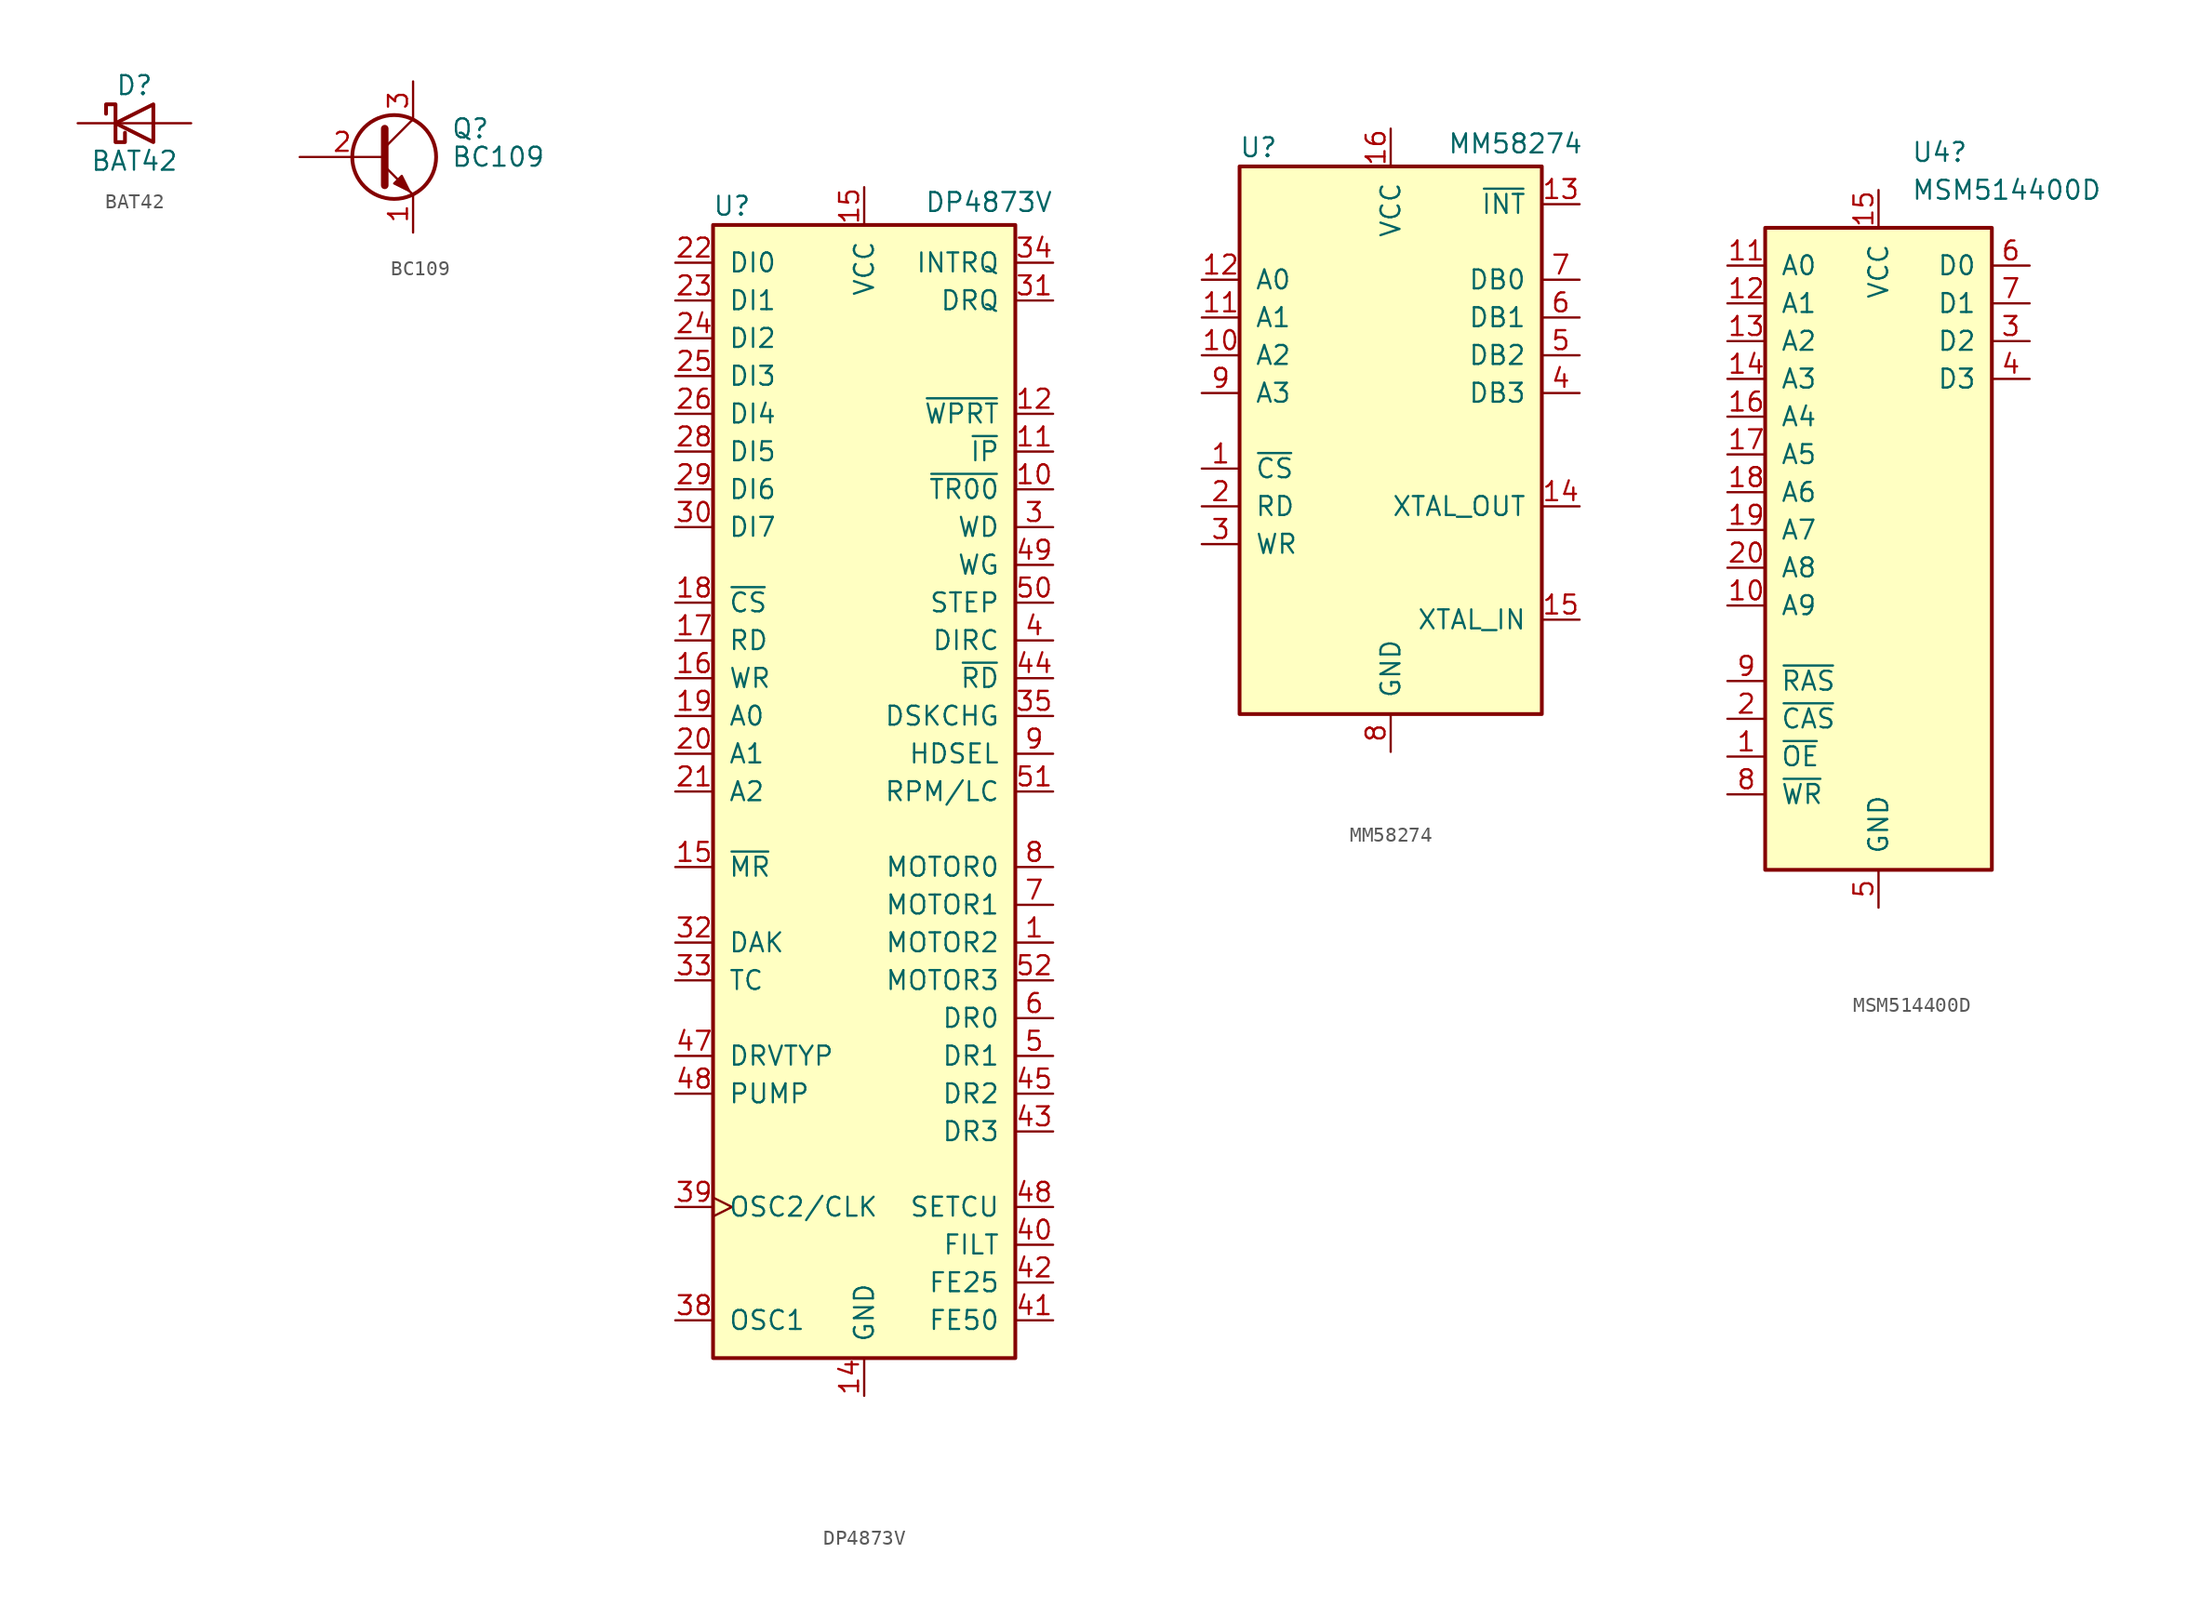
<source format=kicad_sym>
(kicad_symbol_lib
  (version 20220914)
  (generator kicad_symbol_editor)
  (symbol "BAT42"
    (pin_numbers hide)
    (pin_names
      (offset 1.016) hide)
    (property "Reference" "D"
      (at 0 2.54 0)
      (effects (font (size 1.27 1.27))))
    (property "Value" "BAT42"
      (at 0 -2.54 0)
      (effects (font (size 1.27 1.27))))
    (symbol "BAT42_0_1"
      (polyline (pts (xy 1.27 0) (xy -1.27 0)) (stroke (width 0) (type default)) (fill (type none)))
      (polyline (pts (xy 1.27 1.27) (xy 1.27 -1.27) (xy -1.27 0) (xy 1.27 1.27)) (stroke (width 0.254) (type default)) (fill (type none)))
      (polyline (pts (xy -1.905 0.635) (xy -1.905 1.27) (xy -1.27 1.27) (xy -1.27 -1.27) (xy -0.635 -1.27) (xy -0.635 -0.635)) (stroke (width 0.254) (type default)) (fill (type none))))
    (symbol "BAT42_1_1"
      (pin passive line (at -3.81 0 0) (length 2.54) (name "K" (effects (font (size 1.27 1.27)))) (number "1" (effects (font (size 1.27 1.27)))))
      (pin passive line (at 3.81 0 180) (length 2.54) (name "A" (effects (font (size 1.27 1.27)))) (number "2" (effects (font (size 1.27 1.27)))))))
  (symbol "BC109"
    (pin_names
      (offset 0) hide)
    (property "Reference" "Q"
      (at 5.08 1.905 0)
      (effects (font (size 1.27 1.27)) (justify left)))
    (property "Value" "BC109"
      (at 5.08 0 0)
      (effects (font (size 1.27 1.27)) (justify left)))
    (symbol "BC109_0_1"
      (polyline (pts (xy 0.635 0.635) (xy 2.54 2.54)) (stroke (width 0) (type default)) (fill (type none)))
      (polyline (pts (xy 0.635 -0.635) (xy 2.54 -2.54) (xy 2.54 -2.54)) (stroke (width 0) (type default)) (fill (type none)))
      (polyline (pts (xy 0.635 1.905) (xy 0.635 -1.905) (xy 0.635 -1.905)) (stroke (width 0.508) (type default)) (fill (type none)))
      (polyline (pts (xy 1.27 -1.778) (xy 1.778 -1.27) (xy 2.286 -2.286) (xy 1.27 -1.778) (xy 1.27 -1.778)) (stroke (width 0) (type default)) (fill (type outline)))
      (circle (center 1.27 0) (radius 2.819) (stroke (width 0.254) (type default)) (fill (type none))))
    (symbol "BC109_1_1"
      (pin passive line (at 2.54 -5.08 90) (length 2.54) (name "E" (effects (font (size 1.27 1.27)))) (number "1" (effects (font (size 1.27 1.27)))))
      (pin input line (at -5.08 0 0) (length 5.715) (name "B" (effects (font (size 1.27 1.27)))) (number "2" (effects (font (size 1.27 1.27)))))
      (pin passive line (at 2.54 5.08 270) (length 2.54) (name "C" (effects (font (size 1.27 1.27)))) (number "3" (effects (font (size 1.27 1.27)))))))
  (symbol "DP4873V"
    (pin_names
      (offset 1.016))
    (property "Reference" "U"
      (at -8.89 24.13 0)
      (effects (font (size 1.27 1.27))))
    (property "Value" "DP4873V"
      (at 8.382 24.384 0)
      (effects (font (size 1.27 1.27))))
    (symbol "DP4873V_0_1"
      (rectangle (start -10.16 22.86) (end 10.16 -53.34) (stroke (width 0.254) (type default)) (fill (type background))))
    (symbol "DP4873V_1_1"
      (pin output line (at 12.7 -25.4 180) (length 2.54) (name "MOTOR2" (effects (font (size 1.27 1.27)))) (number "1" (effects (font (size 1.27 1.27)))))
      (pin input line (at 12.7 5.08 180) (length 2.54) (name "~{TR00}" (effects (font (size 1.27 1.27)))) (number "10" (effects (font (size 1.27 1.27)))))
      (pin input line (at 12.7 7.62 180) (length 2.54) (name "~{IP}" (effects (font (size 1.27 1.27)))) (number "11" (effects (font (size 1.27 1.27)))))
      (pin input line (at 12.7 10.16 180) (length 2.54) (name "~{WPRT}" (effects (font (size 1.27 1.27)))) (number "12" (effects (font (size 1.27 1.27)))))
      (pin power_in line (at 0 -55.88 90) (length 2.54) (name "GND" (effects (font (size 1.27 1.27)))) (number "14" (effects (font (size 1.27 1.27)))))
      (pin power_in line (at 0 25.4 270) (length 2.54) (name "VCC" (effects (font (size 1.27 1.27)))) (number "15" (effects (font (size 1.27 1.27)))))
      (pin input line (at -12.7 -20.32 0) (length 2.54) (name "~{MR}" (effects (font (size 1.27 1.27)))) (number "15" (effects (font (size 1.27 1.27)))))
      (pin input line (at -12.7 -7.62 0) (length 2.54) (name "WR" (effects (font (size 1.27 1.27)))) (number "16" (effects (font (size 1.27 1.27)))))
      (pin input line (at -12.7 -5.08 0) (length 2.54) (name "RD" (effects (font (size 1.27 1.27)))) (number "17" (effects (font (size 1.27 1.27)))))
      (pin input line (at -12.7 -2.54 0) (length 2.54) (name "~{CS}" (effects (font (size 1.27 1.27)))) (number "18" (effects (font (size 1.27 1.27)))))
      (pin input line (at -12.7 -10.16 0) (length 2.54) (name "A0" (effects (font (size 1.27 1.27)))) (number "19" (effects (font (size 1.27 1.27)))))
      (pin input line (at -12.7 -12.7 0) (length 2.54) (name "A1" (effects (font (size 1.27 1.27)))) (number "20" (effects (font (size 1.27 1.27)))))
      (pin input line (at -12.7 -15.24 0) (length 2.54) (name "A2" (effects (font (size 1.27 1.27)))) (number "21" (effects (font (size 1.27 1.27)))))
      (pin tri_state line (at -12.7 20.32 0) (length 2.54) (name "DI0" (effects (font (size 1.27 1.27)))) (number "22" (effects (font (size 1.27 1.27)))))
      (pin tri_state line (at -12.7 17.78 0) (length 2.54) (name "DI1" (effects (font (size 1.27 1.27)))) (number "23" (effects (font (size 1.27 1.27)))))
      (pin tri_state line (at -12.7 15.24 0) (length 2.54) (name "DI2" (effects (font (size 1.27 1.27)))) (number "24" (effects (font (size 1.27 1.27)))))
      (pin tri_state line (at -12.7 12.7 0) (length 2.54) (name "DI3" (effects (font (size 1.27 1.27)))) (number "25" (effects (font (size 1.27 1.27)))))
      (pin tri_state line (at -12.7 10.16 0) (length 2.54) (name "DI4" (effects (font (size 1.27 1.27)))) (number "26" (effects (font (size 1.27 1.27)))))
      (pin tri_state line (at -12.7 7.62 0) (length 2.54) (name "DI5" (effects (font (size 1.27 1.27)))) (number "28" (effects (font (size 1.27 1.27)))))
      (pin tri_state line (at -12.7 5.08 0) (length 2.54) (name "DI6" (effects (font (size 1.27 1.27)))) (number "29" (effects (font (size 1.27 1.27)))))
      (pin output line (at 12.7 2.54 180) (length 2.54) (name "WD" (effects (font (size 1.27 1.27)))) (number "3" (effects (font (size 1.27 1.27)))))
      (pin tri_state line (at -12.7 2.54 0) (length 2.54) (name "DI7" (effects (font (size 1.27 1.27)))) (number "30" (effects (font (size 1.27 1.27)))))
      (pin output line (at 12.7 17.78 180) (length 2.54) (name "DRQ" (effects (font (size 1.27 1.27)))) (number "31" (effects (font (size 1.27 1.27)))))
      (pin input line (at -12.7 -25.4 0) (length 2.54) (name "DAK" (effects (font (size 1.27 1.27)))) (number "32" (effects (font (size 1.27 1.27)))))
      (pin input line (at -12.7 -27.94 0) (length 2.54) (name "TC" (effects (font (size 1.27 1.27)))) (number "33" (effects (font (size 1.27 1.27)))))
      (pin input line (at 12.7 20.32 180) (length 2.54) (name "INTRQ" (effects (font (size 1.27 1.27)))) (number "34" (effects (font (size 1.27 1.27)))))
      (pin output line (at 12.7 -10.16 180) (length 2.54) (name "DSKCHG" (effects (font (size 1.27 1.27)))) (number "35" (effects (font (size 1.27 1.27)))))
      (pin input line (at -12.7 -50.8 0) (length 2.54) (name "OSC1" (effects (font (size 1.27 1.27)))) (number "38" (effects (font (size 1.27 1.27)))))
      (pin input clock (at -12.7 -43.18 0) (length 2.54) (name "OSC2/CLK" (effects (font (size 1.27 1.27)))) (number "39" (effects (font (size 1.27 1.27)))))
      (pin output line (at 12.7 -5.08 180) (length 2.54) (name "DIRC" (effects (font (size 1.27 1.27)))) (number "4" (effects (font (size 1.27 1.27)))))
      (pin input line (at 12.7 -45.72 180) (length 2.54) (name "FILT" (effects (font (size 1.27 1.27)))) (number "40" (effects (font (size 1.27 1.27)))))
      (pin input line (at 12.7 -50.8 180) (length 2.54) (name "FE50" (effects (font (size 1.27 1.27)))) (number "41" (effects (font (size 1.27 1.27)))))
      (pin input line (at 12.7 -48.26 180) (length 2.54) (name "FE25" (effects (font (size 1.27 1.27)))) (number "42" (effects (font (size 1.27 1.27)))))
      (pin output line (at 12.7 -38.1 180) (length 2.54) (name "DR3" (effects (font (size 1.27 1.27)))) (number "43" (effects (font (size 1.27 1.27)))))
      (pin input line (at 12.7 -7.62 180) (length 2.54) (name "~{RD}" (effects (font (size 1.27 1.27)))) (number "44" (effects (font (size 1.27 1.27)))))
      (pin output line (at 12.7 -35.56 180) (length 2.54) (name "DR2" (effects (font (size 1.27 1.27)))) (number "45" (effects (font (size 1.27 1.27)))))
      (pin input line (at -12.7 -33.02 0) (length 2.54) (name "DRVTYP" (effects (font (size 1.27 1.27)))) (number "47" (effects (font (size 1.27 1.27)))))
      (pin input line (at -12.7 -35.56 0) (length 2.54) (name "PUMP" (effects (font (size 1.27 1.27)))) (number "48" (effects (font (size 1.27 1.27)))))
      (pin input line (at 12.7 -43.18 180) (length 2.54) (name "SETCU" (effects (font (size 1.27 1.27)))) (number "48" (effects (font (size 1.27 1.27)))))
      (pin output line (at 12.7 0 180) (length 2.54) (name "WG" (effects (font (size 1.27 1.27)))) (number "49" (effects (font (size 1.27 1.27)))))
      (pin output line (at 12.7 -33.02 180) (length 2.54) (name "DR1" (effects (font (size 1.27 1.27)))) (number "5" (effects (font (size 1.27 1.27)))))
      (pin output line (at 12.7 -2.54 180) (length 2.54) (name "STEP" (effects (font (size 1.27 1.27)))) (number "50" (effects (font (size 1.27 1.27)))))
      (pin input line (at 12.7 -15.24 180) (length 2.54) (name "RPM/LC" (effects (font (size 1.27 1.27)))) (number "51" (effects (font (size 1.27 1.27)))))
      (pin output line (at 12.7 -27.94 180) (length 2.54) (name "MOTOR3" (effects (font (size 1.27 1.27)))) (number "52" (effects (font (size 1.27 1.27)))))
      (pin output line (at 12.7 -30.48 180) (length 2.54) (name "DR0" (effects (font (size 1.27 1.27)))) (number "6" (effects (font (size 1.27 1.27)))))
      (pin output line (at 12.7 -22.86 180) (length 2.54) (name "MOTOR1" (effects (font (size 1.27 1.27)))) (number "7" (effects (font (size 1.27 1.27)))))
      (pin output line (at 12.7 -20.32 180) (length 2.54) (name "MOTOR0" (effects (font (size 1.27 1.27)))) (number "8" (effects (font (size 1.27 1.27)))))
      (pin input line (at 12.7 -12.7 180) (length 2.54) (name "HDSEL" (effects (font (size 1.27 1.27)))) (number "9" (effects (font (size 1.27 1.27)))))))
  (symbol "MM58274"
    (pin_names
      (offset 1.016))
    (property "Reference" "U"
      (at -8.89 19.05 0)
      (effects (font (size 1.27 1.27))))
    (property "Value" "MM58274"
      (at 8.382 19.304 0)
      (effects (font (size 1.27 1.27))))
    (symbol "MM58274_0_1"
      (rectangle (start -10.16 17.78) (end 10.16 -19.05) (stroke (width 0.254) (type default)) (fill (type background))))
    (symbol "MM58274_1_1"
      (pin input line (at -12.7 -2.54 0) (length 2.54) (name "~{CS}" (effects (font (size 1.27 1.27)))) (number "1" (effects (font (size 1.27 1.27)))))
      (pin input line (at -12.7 5.08 0) (length 2.54) (name "A2" (effects (font (size 1.27 1.27)))) (number "10" (effects (font (size 1.27 1.27)))))
      (pin input line (at -12.7 7.62 0) (length 2.54) (name "A1" (effects (font (size 1.27 1.27)))) (number "11" (effects (font (size 1.27 1.27)))))
      (pin input line (at -12.7 10.16 0) (length 2.54) (name "A0" (effects (font (size 1.27 1.27)))) (number "12" (effects (font (size 1.27 1.27)))))
      (pin input line (at 12.7 15.24 180) (length 2.54) (name "~{INT}" (effects (font (size 1.27 1.27)))) (number "13" (effects (font (size 1.27 1.27)))))
      (pin input line (at 12.7 -5.08 180) (length 2.54) (name "XTAL_OUT" (effects (font (size 1.27 1.27)))) (number "14" (effects (font (size 1.27 1.27)))))
      (pin input line (at 12.7 -12.7 180) (length 2.54) (name "XTAL_IN" (effects (font (size 1.27 1.27)))) (number "15" (effects (font (size 1.27 1.27)))))
      (pin power_in line (at 0 20.32 270) (length 2.54) (name "VCC" (effects (font (size 1.27 1.27)))) (number "16" (effects (font (size 1.27 1.27)))))
      (pin input line (at -12.7 -5.08 0) (length 2.54) (name "RD" (effects (font (size 1.27 1.27)))) (number "2" (effects (font (size 1.27 1.27)))))
      (pin input line (at -12.7 -7.62 0) (length 2.54) (name "WR" (effects (font (size 1.27 1.27)))) (number "3" (effects (font (size 1.27 1.27)))))
      (pin tri_state line (at 12.7 2.54 180) (length 2.54) (name "DB3" (effects (font (size 1.27 1.27)))) (number "4" (effects (font (size 1.27 1.27)))))
      (pin tri_state line (at 12.7 5.08 180) (length 2.54) (name "DB2" (effects (font (size 1.27 1.27)))) (number "5" (effects (font (size 1.27 1.27)))))
      (pin tri_state line (at 12.7 7.62 180) (length 2.54) (name "DB1" (effects (font (size 1.27 1.27)))) (number "6" (effects (font (size 1.27 1.27)))))
      (pin tri_state line (at 12.7 10.16 180) (length 2.54) (name "DB0" (effects (font (size 1.27 1.27)))) (number "7" (effects (font (size 1.27 1.27)))))
      (pin power_in line (at 0 -21.59 90) (length 2.54) (name "GND" (effects (font (size 1.27 1.27)))) (number "8" (effects (font (size 1.27 1.27)))))
      (pin input line (at -12.7 2.54 0) (length 2.54) (name "A3" (effects (font (size 1.27 1.27)))) (number "9" (effects (font (size 1.27 1.27)))))))
  (symbol "MSM514400D"
    (pin_names
      (offset 1.016))
    (property "Reference" "U4"
      (at 2.194 30.48 0)
      (effects (font (size 1.27 1.27)) (justify left)))
    (property "Value" "MSM514400D"
      (at 2.194 27.94 0)
      (effects (font (size 1.27 1.27)) (justify left)))
    (symbol "MSM514400D_1_0"
      (pin tri_state line (at 10.16 17.78 180) (length 2.54) (name "D2" (effects (font (size 1.27 1.27)))) (number "3" (effects (font (size 1.27 1.27))))))
    (symbol "MSM514400D_1_1"
      (rectangle (start -7.62 25.4) (end 7.62 -17.78) (stroke (width 0.254) (type default)) (fill (type background)))
      (pin input line (at -10.16 -10.16 0) (length 2.54) (name "~{OE}" (effects (font (size 1.27 1.27)))) (number "1" (effects (font (size 1.27 1.27)))))
      (pin input line (at -10.16 0 0) (length 2.54) (name "A9" (effects (font (size 1.27 1.27)))) (number "10" (effects (font (size 1.27 1.27)))))
      (pin input line (at -10.16 22.86 0) (length 2.54) (name "A0" (effects (font (size 1.27 1.27)))) (number "11" (effects (font (size 1.27 1.27)))))
      (pin input line (at -10.16 20.32 0) (length 2.54) (name "A1" (effects (font (size 1.27 1.27)))) (number "12" (effects (font (size 1.27 1.27)))))
      (pin input line (at -10.16 17.78 0) (length 2.54) (name "A2" (effects (font (size 1.27 1.27)))) (number "13" (effects (font (size 1.27 1.27)))))
      (pin input line (at -10.16 15.24 0) (length 2.54) (name "A3" (effects (font (size 1.27 1.27)))) (number "14" (effects (font (size 1.27 1.27)))))
      (pin power_in line (at 0 27.94 270) (length 2.54) (name "VCC" (effects (font (size 1.27 1.27)))) (number "15" (effects (font (size 1.27 1.27)))))
      (pin input line (at -10.16 12.7 0) (length 2.54) (name "A4" (effects (font (size 1.27 1.27)))) (number "16" (effects (font (size 1.27 1.27)))))
      (pin input line (at -10.16 10.16 0) (length 2.54) (name "A5" (effects (font (size 1.27 1.27)))) (number "17" (effects (font (size 1.27 1.27)))))
      (pin input line (at -10.16 7.62 0) (length 2.54) (name "A6" (effects (font (size 1.27 1.27)))) (number "18" (effects (font (size 1.27 1.27)))))
      (pin input line (at -10.16 5.08 0) (length 2.54) (name "A7" (effects (font (size 1.27 1.27)))) (number "19" (effects (font (size 1.27 1.27)))))
      (pin input line (at -10.16 -7.62 0) (length 2.54) (name "~{CAS}" (effects (font (size 1.27 1.27)))) (number "2" (effects (font (size 1.27 1.27)))))
      (pin input line (at -10.16 2.54 0) (length 2.54) (name "A8" (effects (font (size 1.27 1.27)))) (number "20" (effects (font (size 1.27 1.27)))))
      (pin tri_state line (at 10.16 15.24 180) (length 2.54) (name "D3" (effects (font (size 1.27 1.27)))) (number "4" (effects (font (size 1.27 1.27)))))
      (pin power_in line (at 0 -20.32 90) (length 2.54) (name "GND" (effects (font (size 1.27 1.27)))) (number "5" (effects (font (size 1.27 1.27)))))
      (pin tri_state line (at 10.16 22.86 180) (length 2.54) (name "D0" (effects (font (size 1.27 1.27)))) (number "6" (effects (font (size 1.27 1.27)))))
      (pin tri_state line (at 10.16 20.32 180) (length 2.54) (name "D1" (effects (font (size 1.27 1.27)))) (number "7" (effects (font (size 1.27 1.27)))))
      (pin input line (at -10.16 -12.7 0) (length 2.54) (name "~{WR}" (effects (font (size 1.27 1.27)))) (number "8" (effects (font (size 1.27 1.27)))))
      (pin input line (at -10.16 -5.08 0) (length 2.54) (name "~{RAS}" (effects (font (size 1.27 1.27)))) (number "9" (effects (font (size 1.27 1.27))))))))
</source>
